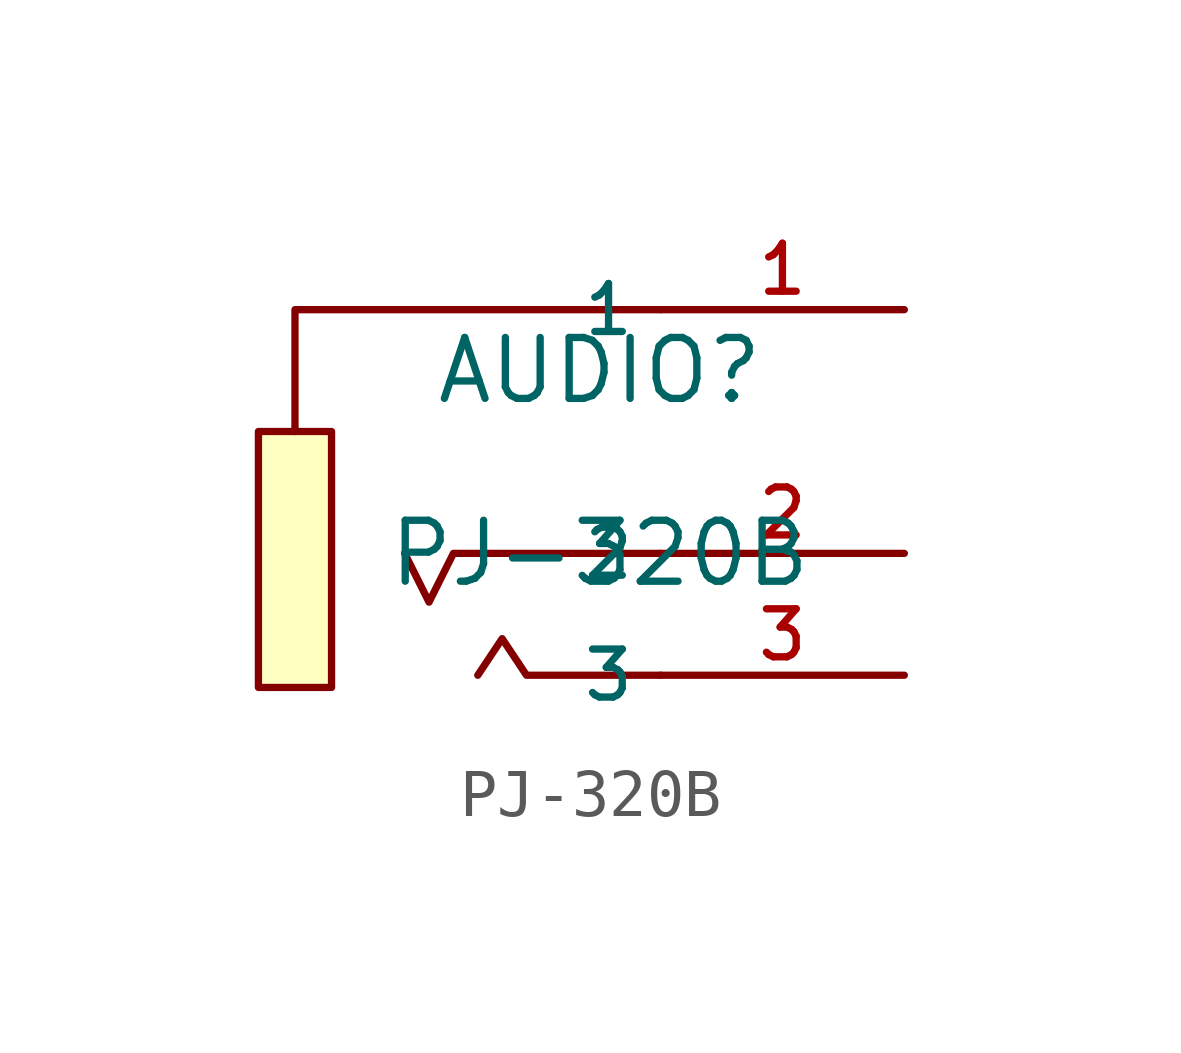
<source format=kicad_sym>
(kicad_symbol_lib
  (version 20210201)
  (generator TousstNicolas/JLC2KiCad_lib)
  (symbol "PJ-320B"
    (property "Reference" "AUDIO"
      (at 0 1.27 0)
      (effects (font (size 1.27 1.27))))
    (property "Value" "PJ-320B"
      (at 0 -2.54 0)
      (effects (font (size 1.27 1.27))))
    (symbol "PJ-320B_0_1"
      (polyline (pts (xy 1.27 2.54) (xy -6.35 2.54) (xy -6.35 -0.0)) (stroke (width 0) (type default) (color 0 0 0 0)) (fill (type none)))
      (rectangle (start -7.112 -0.0) (end -5.588 -5.334) (stroke (width 0) (type default) (color 0 0 0 0)) (fill (type background)))
      (polyline (pts (xy 1.27 -2.54) (xy -3.048 -2.54) (xy -3.556 -3.556) (xy -4.064 -2.54)) (stroke (width 0) (type default) (color 0 0 0 0)) (fill (type none)))
      (polyline (pts (xy 1.27 -5.08) (xy -1.524 -5.08) (xy -2.032 -4.318) (xy -2.54 -5.08)) (stroke (width 0) (type default) (color 0 0 0 0)) (fill (type none)))
      (pin unspecified line (at 6.35 2.54 180) (length 5.08) (name "1" (effects (font (size 1 1)))) (number "1" (effects (font (size 1 1)))))
      (pin unspecified line (at 6.35 -2.54 180) (length 5.08) (name "2" (effects (font (size 1 1)))) (number "2" (effects (font (size 1 1)))))
      (pin unspecified line (at 6.35 -5.08 180) (length 5.08) (name "3" (effects (font (size 1 1)))) (number "3" (effects (font (size 1 1))))))))
</source>
